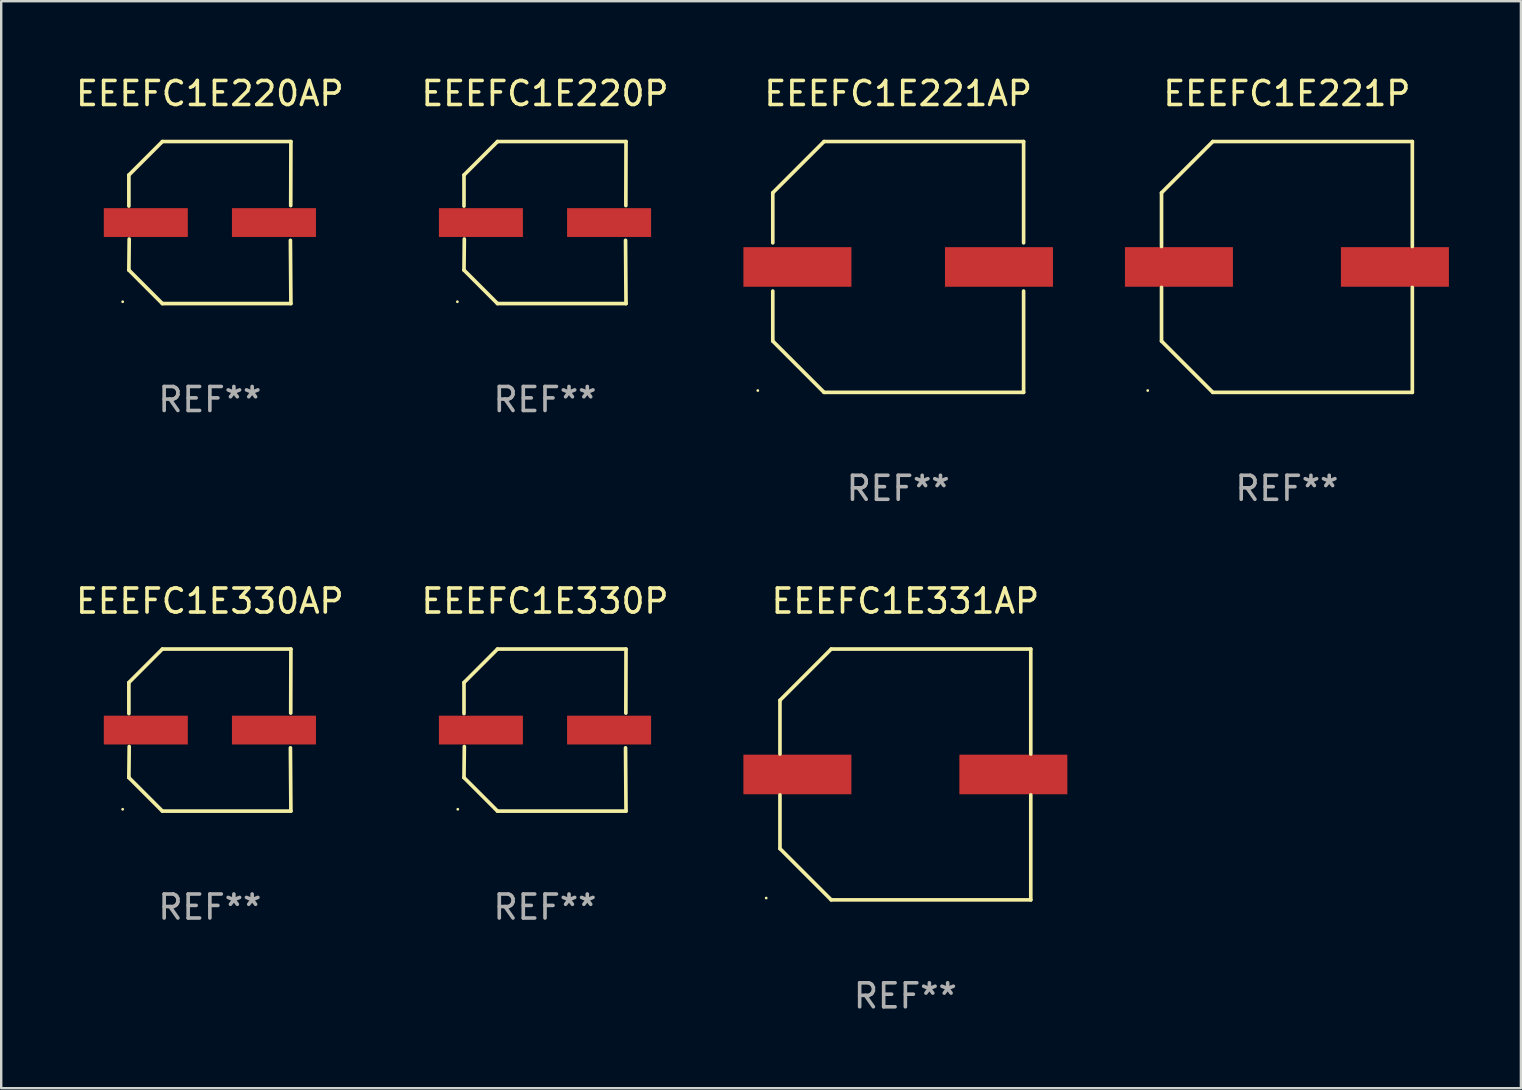
<source format=kicad_pcb>
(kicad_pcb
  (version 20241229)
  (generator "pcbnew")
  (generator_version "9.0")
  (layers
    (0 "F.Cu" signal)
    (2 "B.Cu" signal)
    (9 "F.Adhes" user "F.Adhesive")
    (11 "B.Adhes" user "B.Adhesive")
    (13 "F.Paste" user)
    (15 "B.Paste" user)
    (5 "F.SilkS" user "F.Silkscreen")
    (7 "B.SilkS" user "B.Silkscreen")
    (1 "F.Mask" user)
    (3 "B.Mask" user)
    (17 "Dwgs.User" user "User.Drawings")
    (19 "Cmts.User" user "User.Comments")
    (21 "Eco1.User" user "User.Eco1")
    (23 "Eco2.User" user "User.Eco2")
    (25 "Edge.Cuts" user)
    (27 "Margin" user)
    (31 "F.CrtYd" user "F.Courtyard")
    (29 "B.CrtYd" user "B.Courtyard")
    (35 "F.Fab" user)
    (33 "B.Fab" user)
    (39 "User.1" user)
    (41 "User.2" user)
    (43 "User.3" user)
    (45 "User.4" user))
  (footprint "EEEFC1E330AP"
    (layer "F.Cu")
    (at 5.696 27.373)
    (property "Reference" "EEEFC1E330AP" (at 0 -5.376 0) (layer "F.SilkS") (effects (font (size 1 1) (thickness 0.15))))
    (attr through_hole)
    (fp_line (start -3.376 -1.98) (end -3.376 -0.686) (stroke (width 0.152) (type solid)) (layer "F.SilkS"))
    (fp_line (start -3.376 1.981) (end -3.362 0.686) (stroke (width 0.152) (type solid)) (layer "F.SilkS"))
    (fp_line (start -1.981 3.376) (end -3.376 1.981) (stroke (width 0.152) (type solid)) (layer "F.SilkS"))
    (fp_line (start -1.98 -3.376) (end -3.376 -1.98) (stroke (width 0.152) (type solid)) (layer "F.SilkS"))
    (fp_line (start 3.356 0.74) (end 3.376 3.376) (stroke (width 0.152) (type solid)) (layer "F.SilkS"))
    (fp_line (start 3.369 -0.707) (end 3.376 -3.376) (stroke (width 0.152) (type solid)) (layer "F.SilkS"))
    (fp_line (start 3.376 3.376) (end -1.981 3.376) (stroke (width 0.152) (type solid)) (layer "F.SilkS"))
    (fp_line (start 3.376 -3.376) (end -1.98 -3.376) (stroke (width 0.152) (type solid)) (layer "F.SilkS"))
    (fp_circle (center -3.634 3.3) (end -3.604 3.3) (stroke (width 0.06) (type solid)) (fill no) (layer "F.SilkS"))
    (fp_text user "REF**" (at 0 7.376 0) (layer "F.Fab") (effects (font (size 1 1) (thickness 0.15))))
    (pad "1" smd rect (at -2.67 0.000254) (size 3.5 1.2) (layers "F.Cu" "F.Mask" "F.Paste"))
    (pad "2" smd rect (at 2.67 0.000254) (size 3.5 1.2) (layers "F.Cu" "F.Mask" "F.Paste")))
  (footprint "EEEFC1E220P"
    (layer "F.Cu")
    (at 19.661 6.224)
    (property "Reference" "EEEFC1E220P" (at 0 -5.376 0) (layer "F.SilkS") (effects (font (size 1 1) (thickness 0.15))))
    (attr through_hole)
    (fp_line (start -3.376 -1.98) (end -3.376 -0.686) (stroke (width 0.152) (type solid)) (layer "F.SilkS"))
    (fp_line (start -3.376 1.981) (end -3.362 0.686) (stroke (width 0.152) (type solid)) (layer "F.SilkS"))
    (fp_line (start -1.981 3.376) (end -3.376 1.981) (stroke (width 0.152) (type solid)) (layer "F.SilkS"))
    (fp_line (start -1.98 -3.376) (end -3.376 -1.98) (stroke (width 0.152) (type solid)) (layer "F.SilkS"))
    (fp_line (start 3.356 0.74) (end 3.376 3.376) (stroke (width 0.152) (type solid)) (layer "F.SilkS"))
    (fp_line (start 3.369 -0.707) (end 3.376 -3.376) (stroke (width 0.152) (type solid)) (layer "F.SilkS"))
    (fp_line (start 3.376 3.376) (end -1.981 3.376) (stroke (width 0.152) (type solid)) (layer "F.SilkS"))
    (fp_line (start 3.376 -3.376) (end -1.98 -3.376) (stroke (width 0.152) (type solid)) (layer "F.SilkS"))
    (fp_circle (center -3.652 3.3) (end -3.622 3.3) (stroke (width 0.06) (type solid)) (fill no) (layer "F.SilkS"))
    (fp_text user "REF**" (at 0 7.376 0) (layer "F.Fab") (effects (font (size 1 1) (thickness 0.15))))
    (pad "1" smd rect (at -2.67 0.000229) (size 3.5 1.2) (layers "F.Cu" "F.Mask" "F.Paste"))
    (pad "2" smd rect (at 2.67 0.000229) (size 3.5 1.2) (layers "F.Cu" "F.Mask" "F.Paste")))
  (footprint "EEEFC1E220AP"
    (layer "F.Cu")
    (at 5.696 6.224)
    (property "Reference" "EEEFC1E220AP" (at 0 -5.376 0) (layer "F.SilkS") (effects (font (size 1 1) (thickness 0.15))))
    (attr through_hole)
    (fp_line (start -3.376 -1.98) (end -3.376 -0.686) (stroke (width 0.152) (type solid)) (layer "F.SilkS"))
    (fp_line (start -3.376 1.981) (end -3.362 0.686) (stroke (width 0.152) (type solid)) (layer "F.SilkS"))
    (fp_line (start -1.981 3.376) (end -3.376 1.981) (stroke (width 0.152) (type solid)) (layer "F.SilkS"))
    (fp_line (start -1.98 -3.376) (end -3.376 -1.98) (stroke (width 0.152) (type solid)) (layer "F.SilkS"))
    (fp_line (start 3.356 0.74) (end 3.376 3.376) (stroke (width 0.152) (type solid)) (layer "F.SilkS"))
    (fp_line (start 3.369 -0.707) (end 3.376 -3.376) (stroke (width 0.152) (type solid)) (layer "F.SilkS"))
    (fp_line (start 3.376 3.376) (end -1.981 3.376) (stroke (width 0.152) (type solid)) (layer "F.SilkS"))
    (fp_line (start 3.376 -3.376) (end -1.98 -3.376) (stroke (width 0.152) (type solid)) (layer "F.SilkS"))
    (fp_circle (center -3.634 3.3) (end -3.604 3.3) (stroke (width 0.06) (type solid)) (fill no) (layer "F.SilkS"))
    (fp_text user "REF**" (at 0 7.376 0) (layer "F.Fab") (effects (font (size 1 1) (thickness 0.15))))
    (pad "1" smd rect (at -2.67 0.000254) (size 3.5 1.2) (layers "F.Cu" "F.Mask" "F.Paste"))
    (pad "2" smd rect (at 2.67 0.000254) (size 3.5 1.2) (layers "F.Cu" "F.Mask" "F.Paste")))
  (footprint "EEEFC1E330P"
    (layer "F.Cu")
    (at 19.661 27.373)
    (property "Reference" "EEEFC1E330P" (at 0 -5.376 0) (layer "F.SilkS") (effects (font (size 1 1) (thickness 0.15))))
    (attr through_hole)
    (fp_line (start -3.376 -1.98) (end -3.376 -0.686) (stroke (width 0.152) (type solid)) (layer "F.SilkS"))
    (fp_line (start -3.376 1.981) (end -3.362 0.686) (stroke (width 0.152) (type solid)) (layer "F.SilkS"))
    (fp_line (start -1.981 3.376) (end -3.376 1.981) (stroke (width 0.152) (type solid)) (layer "F.SilkS"))
    (fp_line (start -1.98 -3.376) (end -3.376 -1.98) (stroke (width 0.152) (type solid)) (layer "F.SilkS"))
    (fp_line (start 3.356 0.74) (end 3.376 3.376) (stroke (width 0.152) (type solid)) (layer "F.SilkS"))
    (fp_line (start 3.369 -0.707) (end 3.376 -3.376) (stroke (width 0.152) (type solid)) (layer "F.SilkS"))
    (fp_line (start 3.376 3.376) (end -1.981 3.376) (stroke (width 0.152) (type solid)) (layer "F.SilkS"))
    (fp_line (start 3.376 -3.376) (end -1.98 -3.376) (stroke (width 0.152) (type solid)) (layer "F.SilkS"))
    (fp_circle (center -3.634 3.3) (end -3.604 3.3) (stroke (width 0.06) (type solid)) (fill no) (layer "F.SilkS"))
    (fp_text user "REF**" (at 0 7.376 0) (layer "F.Fab") (effects (font (size 1 1) (thickness 0.15))))
    (pad "1" smd rect (at -2.67 0.000254) (size 3.5 1.2) (layers "F.Cu" "F.Mask" "F.Paste"))
    (pad "2" smd rect (at 2.67 0.000254) (size 3.5 1.2) (layers "F.Cu" "F.Mask" "F.Paste")))
  (footprint "EEEFC1E221P"
    (layer "F.Cu")
    (at 50.578 8.074)
    (property "Reference" "EEEFC1E221P" (at 0 -7.226 0) (layer "F.SilkS") (effects (font (size 1 1) (thickness 0.15))))
    (attr through_hole)
    (fp_line (start -5.226 -3.09) (end -5.226 -0.852) (stroke (width 0.152) (type solid)) (layer "F.SilkS"))
    (fp_line (start -5.226 3.09) (end -5.226 0.852) (stroke (width 0.152) (type solid)) (layer "F.SilkS"))
    (fp_line (start -3.09 -5.226) (end -5.226 -3.09) (stroke (width 0.152) (type solid)) (layer "F.SilkS"))
    (fp_line (start -3.09 5.226) (end -5.226 3.09) (stroke (width 0.152) (type solid)) (layer "F.SilkS"))
    (fp_line (start 5.226 -5.226) (end -3.09 -5.226) (stroke (width 0.152) (type solid)) (layer "F.SilkS"))
    (fp_line (start 5.226 -0.852) (end 5.226 -5.226) (stroke (width 0.152) (type solid)) (layer "F.SilkS"))
    (fp_line (start 5.226 0.852) (end 5.226 5.226) (stroke (width 0.152) (type solid)) (layer "F.SilkS"))
    (fp_line (start 5.226 5.226) (end -3.09 5.226) (stroke (width 0.152) (type solid)) (layer "F.SilkS"))
    (fp_circle (center -5.8 5.15) (end -5.77 5.15) (stroke (width 0.06) (type solid)) (fill no) (layer "F.SilkS"))
    (fp_text user "REF**" (at 0 9.226 0) (layer "F.Fab") (effects (font (size 1 1) (thickness 0.15))))
    (pad "1" smd rect (at -4.5 0) (size 4.5 1.65) (layers "F.Cu" "F.Mask" "F.Paste"))
    (pad "2" smd rect (at 4.5 0) (size 4.5 1.65) (layers "F.Cu" "F.Mask" "F.Paste")))
  (footprint "EEEFC1E221AP"
    (layer "F.Cu")
    (at 34.379 8.074)
    (property "Reference" "EEEFC1E221AP" (at 0 -7.226 0) (layer "F.SilkS") (effects (font (size 1 1) (thickness 0.15))))
    (attr through_hole)
    (fp_line (start -5.226 -3.09) (end -5.226 -1.005) (stroke (width 0.152) (type solid)) (layer "F.SilkS"))
    (fp_line (start -5.226 1.005) (end -5.226 3.09) (stroke (width 0.152) (type solid)) (layer "F.SilkS"))
    (fp_line (start -3.09 -5.226) (end -5.226 -3.09) (stroke (width 0.152) (type solid)) (layer "F.SilkS"))
    (fp_line (start -3.09 5.226) (end -5.226 3.09) (stroke (width 0.152) (type solid)) (layer "F.SilkS"))
    (fp_line (start 5.226 -5.226) (end -3.09 -5.226) (stroke (width 0.152) (type solid)) (layer "F.SilkS"))
    (fp_line (start 5.226 -5.226) (end 5.226 -1.005) (stroke (width 0.152) (type solid)) (layer "F.SilkS"))
    (fp_line (start 5.226 1.005) (end 5.226 5.226) (stroke (width 0.152) (type solid)) (layer "F.SilkS"))
    (fp_line (start 5.226 5.226) (end -3.09 5.226) (stroke (width 0.152) (type solid)) (layer "F.SilkS"))
    (fp_circle (center -5.85 5.15) (end -5.82 5.15) (stroke (width 0.06) (type solid)) (fill no) (layer "F.SilkS"))
    (fp_text user "REF**" (at 0 9.226 0) (layer "F.Fab") (effects (font (size 1 1) (thickness 0.15))))
    (pad "1" smd rect (at -4.2 0.000292) (size 4.5 1.65) (layers "F.Cu" "F.Mask" "F.Paste"))
    (pad "2" smd rect (at 4.2 0.000292) (size 4.5 1.65) (layers "F.Cu" "F.Mask" "F.Paste")))
  (footprint "EEEFC1E331AP"
    (layer "F.Cu")
    (at 34.678 29.223)
    (property "Reference" "EEEFC1E331AP" (at 0 -7.226 0) (layer "F.SilkS") (effects (font (size 1 1) (thickness 0.15))))
    (attr through_hole)
    (fp_line (start -5.226 -3.09) (end -5.226 -0.852) (stroke (width 0.152) (type solid)) (layer "F.SilkS"))
    (fp_line (start -5.226 3.09) (end -5.226 0.852) (stroke (width 0.152) (type solid)) (layer "F.SilkS"))
    (fp_line (start -3.09 -5.226) (end -5.226 -3.09) (stroke (width 0.152) (type solid)) (layer "F.SilkS"))
    (fp_line (start -3.09 5.226) (end -5.226 3.09) (stroke (width 0.152) (type solid)) (layer "F.SilkS"))
    (fp_line (start 5.226 -5.226) (end -3.09 -5.226) (stroke (width 0.152) (type solid)) (layer "F.SilkS"))
    (fp_line (start 5.226 -0.852) (end 5.226 -5.226) (stroke (width 0.152) (type solid)) (layer "F.SilkS"))
    (fp_line (start 5.226 0.852) (end 5.226 5.226) (stroke (width 0.152) (type solid)) (layer "F.SilkS"))
    (fp_line (start 5.226 5.226) (end -3.09 5.226) (stroke (width 0.152) (type solid)) (layer "F.SilkS"))
    (fp_circle (center -5.8 5.15) (end -5.77 5.15) (stroke (width 0.06) (type solid)) (fill no) (layer "F.SilkS"))
    (fp_text user "REF**" (at 0 9.226 0) (layer "F.Fab") (effects (font (size 1 1) (thickness 0.15))))
    (pad "1" smd rect (at -4.5 0) (size 4.5 1.65) (layers "F.Cu" "F.Mask" "F.Paste"))
    (pad "2" smd rect (at 4.5 0) (size 4.5 1.65) (layers "F.Cu" "F.Mask" "F.Paste")))
  (gr_rect
    (start -3 -3)
    (end 60.328 42.298)
    (stroke (width 0.1) (type default))
    (fill no)
    (layer "Edge.Cuts")))
</source>
